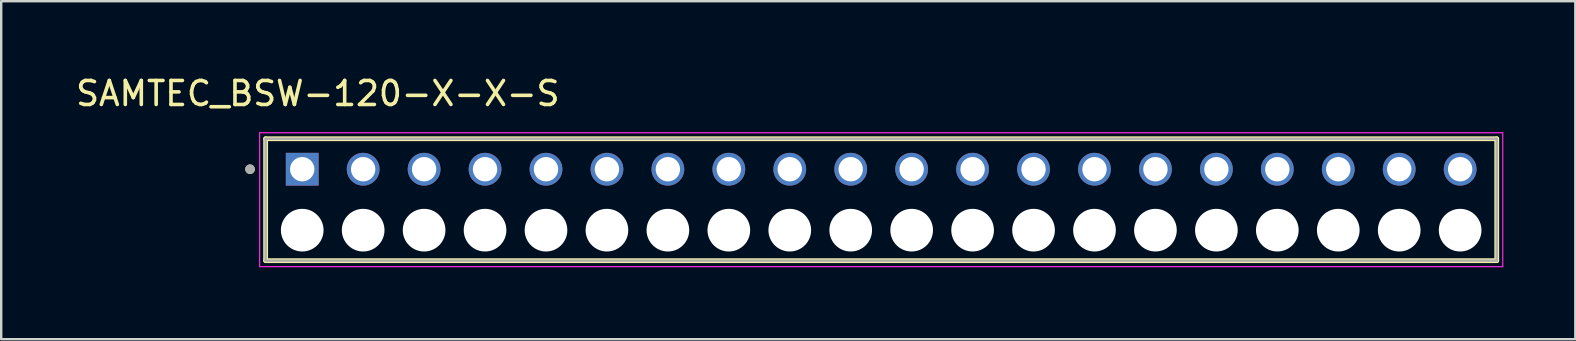
<source format=kicad_pcb>
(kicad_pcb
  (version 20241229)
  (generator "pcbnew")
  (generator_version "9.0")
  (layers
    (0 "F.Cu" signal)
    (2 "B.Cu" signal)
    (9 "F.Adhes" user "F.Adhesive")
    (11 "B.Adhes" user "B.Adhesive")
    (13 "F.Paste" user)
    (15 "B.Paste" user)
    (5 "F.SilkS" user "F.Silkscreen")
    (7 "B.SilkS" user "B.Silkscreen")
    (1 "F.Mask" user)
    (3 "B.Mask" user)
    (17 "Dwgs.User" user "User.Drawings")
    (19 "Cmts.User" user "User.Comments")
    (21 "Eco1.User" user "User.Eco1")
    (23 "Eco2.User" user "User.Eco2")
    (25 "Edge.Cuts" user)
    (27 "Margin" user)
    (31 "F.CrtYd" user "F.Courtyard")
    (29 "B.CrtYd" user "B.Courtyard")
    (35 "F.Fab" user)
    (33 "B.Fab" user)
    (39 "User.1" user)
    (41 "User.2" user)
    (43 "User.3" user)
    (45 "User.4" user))
  (footprint "SAMTEC_BSW-120-X-X-S"
    (layer "F.Cu")
    (at 33.676 5.273)
    (property "Reference" "SAMTEC_BSW-120-X-X-S" (at -23.48 -4.425 0) (layer "F.SilkS") (effects (font (size 1 1) (thickness 0.15))))
    (attr through_hole)
    (fp_line (start -25.655 -2.54) (end 25.655 -2.54) (stroke (width 0.2) (type solid)) (layer "F.SilkS"))
    (fp_line (start -25.655 2.54) (end -25.655 -2.54) (stroke (width 0.2) (type solid)) (layer "F.SilkS"))
    (fp_line (start 25.655 -2.54) (end 25.655 2.54) (stroke (width 0.2) (type solid)) (layer "F.SilkS"))
    (fp_line (start 25.655 2.54) (end -25.655 2.54) (stroke (width 0.2) (type solid)) (layer "F.SilkS"))
    (fp_circle (center -26.305 -1.27) (end -26.205 -1.27) (stroke (width 0.2) (type solid)) (fill no) (layer "F.SilkS"))
    (fp_line (start -25.905 -2.79) (end 25.905 -2.79) (stroke (width 0.05) (type solid)) (layer "F.CrtYd"))
    (fp_line (start -25.905 2.79) (end -25.905 -2.79) (stroke (width 0.05) (type solid)) (layer "F.CrtYd"))
    (fp_line (start 25.905 -2.79) (end 25.905 2.79) (stroke (width 0.05) (type solid)) (layer "F.CrtYd"))
    (fp_line (start 25.905 2.79) (end -25.905 2.79) (stroke (width 0.05) (type solid)) (layer "F.CrtYd"))
    (fp_line (start -25.655 -2.54) (end -25.655 2.54) (stroke (width 0.1) (type solid)) (layer "F.Fab"))
    (fp_line (start -25.655 2.54) (end 25.655 2.54) (stroke (width 0.1) (type solid)) (layer "F.Fab"))
    (fp_line (start 25.655 -2.54) (end -25.655 -2.54) (stroke (width 0.1) (type solid)) (layer "F.Fab"))
    (fp_line (start 25.655 2.54) (end 25.655 -2.54) (stroke (width 0.1) (type solid)) (layer "F.Fab"))
    (fp_circle (center -26.305 -1.27) (end -26.205 -1.27) (stroke (width 0.2) (type solid)) (fill no) (layer "F.Fab"))
    (pad "" np_thru_hole circle (at -24.13 1.27) (size 1.778 1.778) (drill 1.778) (layers "*.Cu" "*.Mask"))
    (pad "" np_thru_hole circle (at -21.59 1.27) (size 1.778 1.778) (drill 1.778) (layers "*.Cu" "*.Mask"))
    (pad "" np_thru_hole circle (at -19.05 1.27) (size 1.778 1.778) (drill 1.778) (layers "*.Cu" "*.Mask"))
    (pad "" np_thru_hole circle (at -16.51 1.27) (size 1.778 1.778) (drill 1.778) (layers "*.Cu" "*.Mask"))
    (pad "" np_thru_hole circle (at -13.97 1.27) (size 1.778 1.778) (drill 1.778) (layers "*.Cu" "*.Mask"))
    (pad "" np_thru_hole circle (at -11.43 1.27) (size 1.778 1.778) (drill 1.778) (layers "*.Cu" "*.Mask"))
    (pad "" np_thru_hole circle (at -8.89 1.27) (size 1.778 1.778) (drill 1.778) (layers "*.Cu" "*.Mask"))
    (pad "" np_thru_hole circle (at -6.35 1.27) (size 1.778 1.778) (drill 1.778) (layers "*.Cu" "*.Mask"))
    (pad "" np_thru_hole circle (at -3.81 1.27) (size 1.778 1.778) (drill 1.778) (layers "*.Cu" "*.Mask"))
    (pad "" np_thru_hole circle (at -1.27 1.27) (size 1.778 1.778) (drill 1.778) (layers "*.Cu" "*.Mask"))
    (pad "" np_thru_hole circle (at 1.27 1.27) (size 1.778 1.778) (drill 1.778) (layers "*.Cu" "*.Mask"))
    (pad "" np_thru_hole circle (at 3.81 1.27) (size 1.778 1.778) (drill 1.778) (layers "*.Cu" "*.Mask"))
    (pad "" np_thru_hole circle (at 6.35 1.27) (size 1.778 1.778) (drill 1.778) (layers "*.Cu" "*.Mask"))
    (pad "" np_thru_hole circle (at 8.89 1.27) (size 1.778 1.778) (drill 1.778) (layers "*.Cu" "*.Mask"))
    (pad "" np_thru_hole circle (at 11.43 1.27) (size 1.778 1.778) (drill 1.778) (layers "*.Cu" "*.Mask"))
    (pad "" np_thru_hole circle (at 13.97 1.27) (size 1.778 1.778) (drill 1.778) (layers "*.Cu" "*.Mask"))
    (pad "" np_thru_hole circle (at 16.51 1.27) (size 1.778 1.778) (drill 1.778) (layers "*.Cu" "*.Mask"))
    (pad "" np_thru_hole circle (at 19.05 1.27) (size 1.778 1.778) (drill 1.778) (layers "*.Cu" "*.Mask"))
    (pad "" np_thru_hole circle (at 21.59 1.27) (size 1.778 1.778) (drill 1.778) (layers "*.Cu" "*.Mask"))
    (pad "" np_thru_hole circle (at 24.13 1.27) (size 1.778 1.778) (drill 1.778) (layers "*.Cu" "*.Mask"))
    (pad "01" thru_hole rect (at -24.13 -1.27) (size 1.366 1.366) (drill 1.016) (layers "*.Cu" "*.Mask"))
    (pad "02" thru_hole circle (at -21.59 -1.27) (size 1.366 1.366) (drill 1.016) (layers "*.Cu" "*.Mask"))
    (pad "03" thru_hole circle (at -19.05 -1.27) (size 1.366 1.366) (drill 1.016) (layers "*.Cu" "*.Mask"))
    (pad "04" thru_hole circle (at -16.51 -1.27) (size 1.366 1.366) (drill 1.016) (layers "*.Cu" "*.Mask"))
    (pad "05" thru_hole circle (at -13.97 -1.27) (size 1.366 1.366) (drill 1.016) (layers "*.Cu" "*.Mask"))
    (pad "06" thru_hole circle (at -11.43 -1.27) (size 1.366 1.366) (drill 1.016) (layers "*.Cu" "*.Mask"))
    (pad "07" thru_hole circle (at -8.89 -1.27) (size 1.366 1.366) (drill 1.016) (layers "*.Cu" "*.Mask"))
    (pad "08" thru_hole circle (at -6.35 -1.27) (size 1.366 1.366) (drill 1.016) (layers "*.Cu" "*.Mask"))
    (pad "09" thru_hole circle (at -3.81 -1.27) (size 1.366 1.366) (drill 1.016) (layers "*.Cu" "*.Mask"))
    (pad "10" thru_hole circle (at -1.27 -1.27) (size 1.366 1.366) (drill 1.016) (layers "*.Cu" "*.Mask"))
    (pad "11" thru_hole circle (at 1.27 -1.27) (size 1.366 1.366) (drill 1.016) (layers "*.Cu" "*.Mask"))
    (pad "12" thru_hole circle (at 3.81 -1.27) (size 1.366 1.366) (drill 1.016) (layers "*.Cu" "*.Mask"))
    (pad "13" thru_hole circle (at 6.35 -1.27) (size 1.366 1.366) (drill 1.016) (layers "*.Cu" "*.Mask"))
    (pad "14" thru_hole circle (at 8.89 -1.27) (size 1.366 1.366) (drill 1.016) (layers "*.Cu" "*.Mask"))
    (pad "15" thru_hole circle (at 11.43 -1.27) (size 1.366 1.366) (drill 1.016) (layers "*.Cu" "*.Mask"))
    (pad "16" thru_hole circle (at 13.97 -1.27) (size 1.366 1.366) (drill 1.016) (layers "*.Cu" "*.Mask"))
    (pad "17" thru_hole circle (at 16.51 -1.27) (size 1.366 1.366) (drill 1.016) (layers "*.Cu" "*.Mask"))
    (pad "18" thru_hole circle (at 19.05 -1.27) (size 1.366 1.366) (drill 1.016) (layers "*.Cu" "*.Mask"))
    (pad "19" thru_hole circle (at 21.59 -1.27) (size 1.366 1.366) (drill 1.016) (layers "*.Cu" "*.Mask"))
    (pad "20" thru_hole circle (at 24.13 -1.27) (size 1.366 1.366) (drill 1.016) (layers "*.Cu" "*.Mask")))
  (gr_rect
    (start -3 -3)
    (end 62.606 11.088)
    (stroke (width 0.1) (type default))
    (fill no)
    (layer "Edge.Cuts")))
</source>
